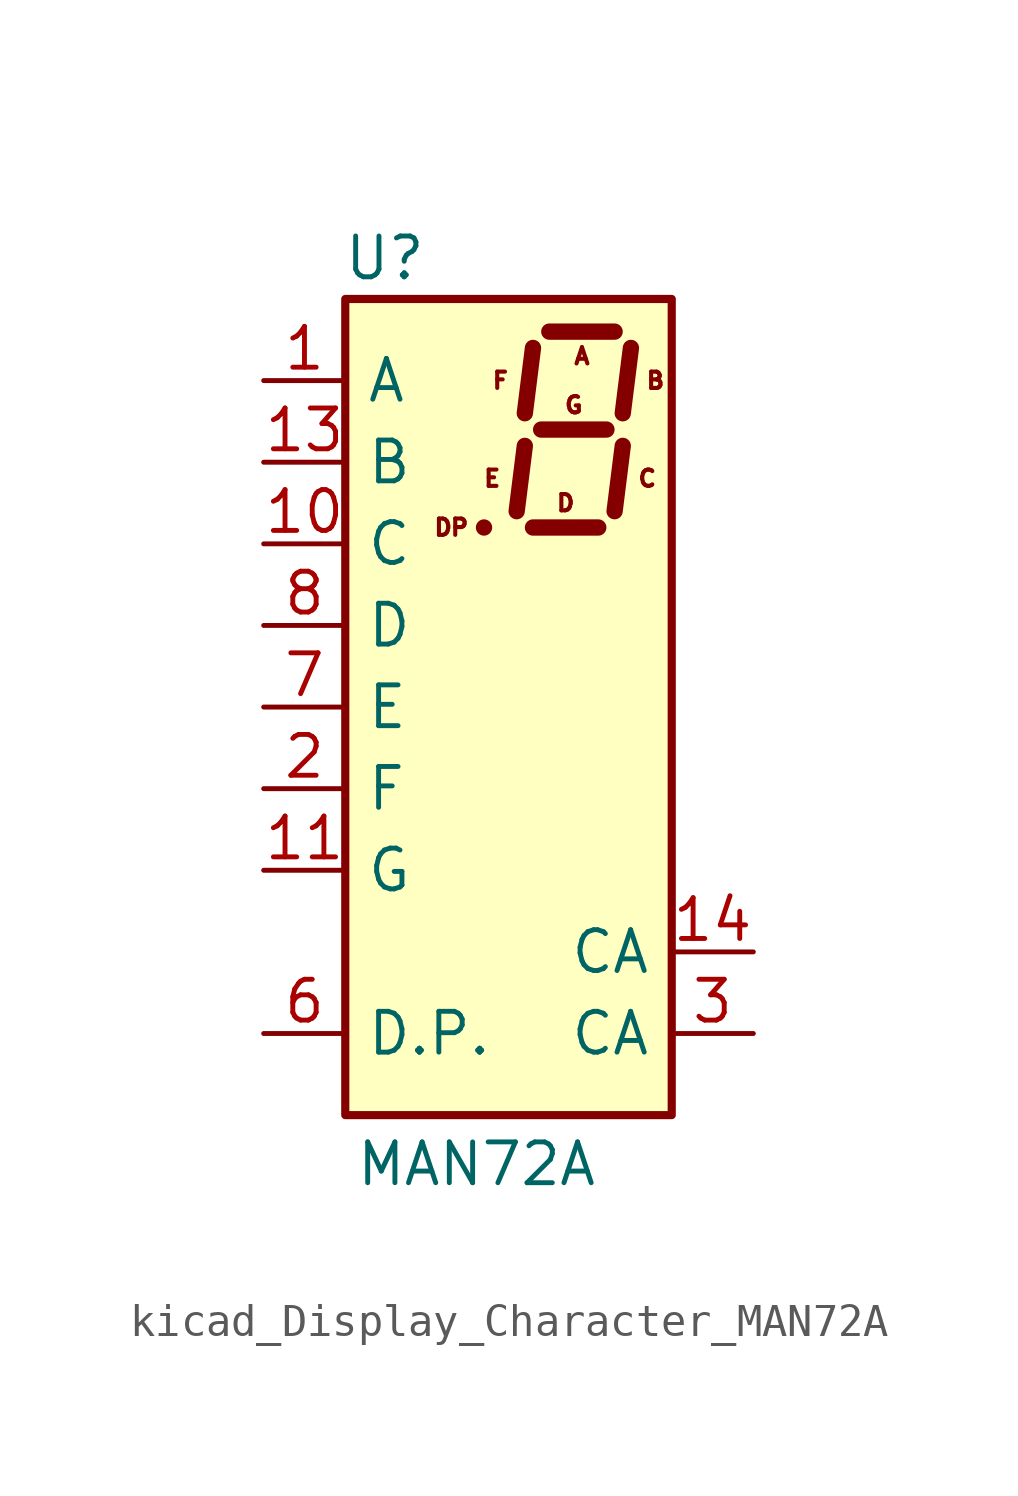
<source format=kicad_sym>
(kicad_symbol_lib
  (version 20220914)
  (generator kicad_symbol_editor)
  (symbol "kicad_Display_Character_MAN72A"
    (pin_names
      (offset 0.635))
    (property "Reference" "U"
      (at -2.54 13.97 0)
      (effects (font (size 1.27 1.27)) (justify right)))
    (property "Value" "MAN72A"
      (at 2.794 -14.224 0)
      (effects (font (size 1.27 1.27)) (justify right)))
    (symbol "kicad_Display_Character_MAN72A_0_0"
      (text "A" (at 2.286 10.922 0) (effects (font (size 0.508 0.508))))
      (text "B" (at 4.572 10.16 0) (effects (font (size 0.508 0.508))))
      (text "C" (at 4.318 7.112 0) (effects (font (size 0.508 0.508))))
      (text "D" (at 1.778 6.35 0) (effects (font (size 0.508 0.508))))
      (text "DP" (at -1.778 5.588 0) (effects (font (size 0.508 0.508))))
      (text "E" (at -0.508 7.112 0) (effects (font (size 0.508 0.508))))
      (text "F" (at -0.254 10.16 0) (effects (font (size 0.508 0.508))))
      (text "G" (at 2.032 9.398 0) (effects (font (size 0.508 0.508)))))
    (symbol "kicad_Display_Character_MAN72A_0_1"
      (rectangle (start -5.08 12.7) (end 5.08 -12.7) (stroke (width 0.254) (type default)) (fill (type background)))
      (polyline (pts (xy -0.762 5.588) (xy -0.762 5.588)) (stroke (width 0.508) (type default)) (fill (type none)))
      (polyline (pts (xy 0.508 8.128) (xy 0.254 6.096)) (stroke (width 0.508) (type default)) (fill (type none)))
      (polyline (pts (xy 0.762 5.588) (xy 2.794 5.588)) (stroke (width 0.508) (type default)) (fill (type none)))
      (polyline (pts (xy 0.762 11.176) (xy 0.508 9.144)) (stroke (width 0.508) (type default)) (fill (type none)))
      (polyline (pts (xy 1.016 8.636) (xy 3.048 8.636)) (stroke (width 0.508) (type default)) (fill (type none)))
      (polyline (pts (xy 1.27 11.684) (xy 3.302 11.684)) (stroke (width 0.508) (type default)) (fill (type none)))
      (polyline (pts (xy 3.556 8.128) (xy 3.302 6.096)) (stroke (width 0.508) (type default)) (fill (type none)))
      (polyline (pts (xy 3.81 11.176) (xy 3.556 9.144)) (stroke (width 0.508) (type default)) (fill (type none))))
    (symbol "kicad_Display_Character_MAN72A_1_1"
      (pin input line (at -7.62 10.16 0) (length 2.54) (name "A" (effects (font (size 1.27 1.27)))) (number "1" (effects (font (size 1.27 1.27)))))
      (pin input line (at -7.62 5.08 0) (length 2.54) (name "C" (effects (font (size 1.27 1.27)))) (number "10" (effects (font (size 1.27 1.27)))))
      (pin input line (at -7.62 -5.08 0) (length 2.54) (name "G" (effects (font (size 1.27 1.27)))) (number "11" (effects (font (size 1.27 1.27)))))
      (pin no_connect line (at 5.08 -5.08 180) (length 2.54) hide (name "NC" (effects (font (size 1.27 1.27)))) (number "12" (effects (font (size 1.27 1.27)))))
      (pin input line (at -7.62 7.62 0) (length 2.54) (name "B" (effects (font (size 1.27 1.27)))) (number "13" (effects (font (size 1.27 1.27)))))
      (pin input line (at 7.62 -7.62 180) (length 2.54) (name "CA" (effects (font (size 1.27 1.27)))) (number "14" (effects (font (size 1.27 1.27)))))
      (pin input line (at -7.62 -2.54 0) (length 2.54) (name "F" (effects (font (size 1.27 1.27)))) (number "2" (effects (font (size 1.27 1.27)))))
      (pin input line (at 7.62 -10.16 180) (length 2.54) (name "CA" (effects (font (size 1.27 1.27)))) (number "3" (effects (font (size 1.27 1.27)))))
      (pin no_connect line (at 5.08 2.54 180) (length 2.54) hide (name "NC" (effects (font (size 1.27 1.27)))) (number "4" (effects (font (size 1.27 1.27)))))
      (pin no_connect line (at 5.08 0 180) (length 2.54) hide (name "NC" (effects (font (size 1.27 1.27)))) (number "5" (effects (font (size 1.27 1.27)))))
      (pin input line (at -7.62 -10.16 0) (length 2.54) (name "D.P." (effects (font (size 1.27 1.27)))) (number "6" (effects (font (size 1.27 1.27)))))
      (pin input line (at -7.62 0 0) (length 2.54) (name "E" (effects (font (size 1.27 1.27)))) (number "7" (effects (font (size 1.27 1.27)))))
      (pin input line (at -7.62 2.54 0) (length 2.54) (name "D" (effects (font (size 1.27 1.27)))) (number "8" (effects (font (size 1.27 1.27)))))
      (pin no_connect line (at 5.08 -2.54 180) (length 2.54) hide (name "NC" (effects (font (size 1.27 1.27)))) (number "9" (effects (font (size 1.27 1.27))))))))
</source>
